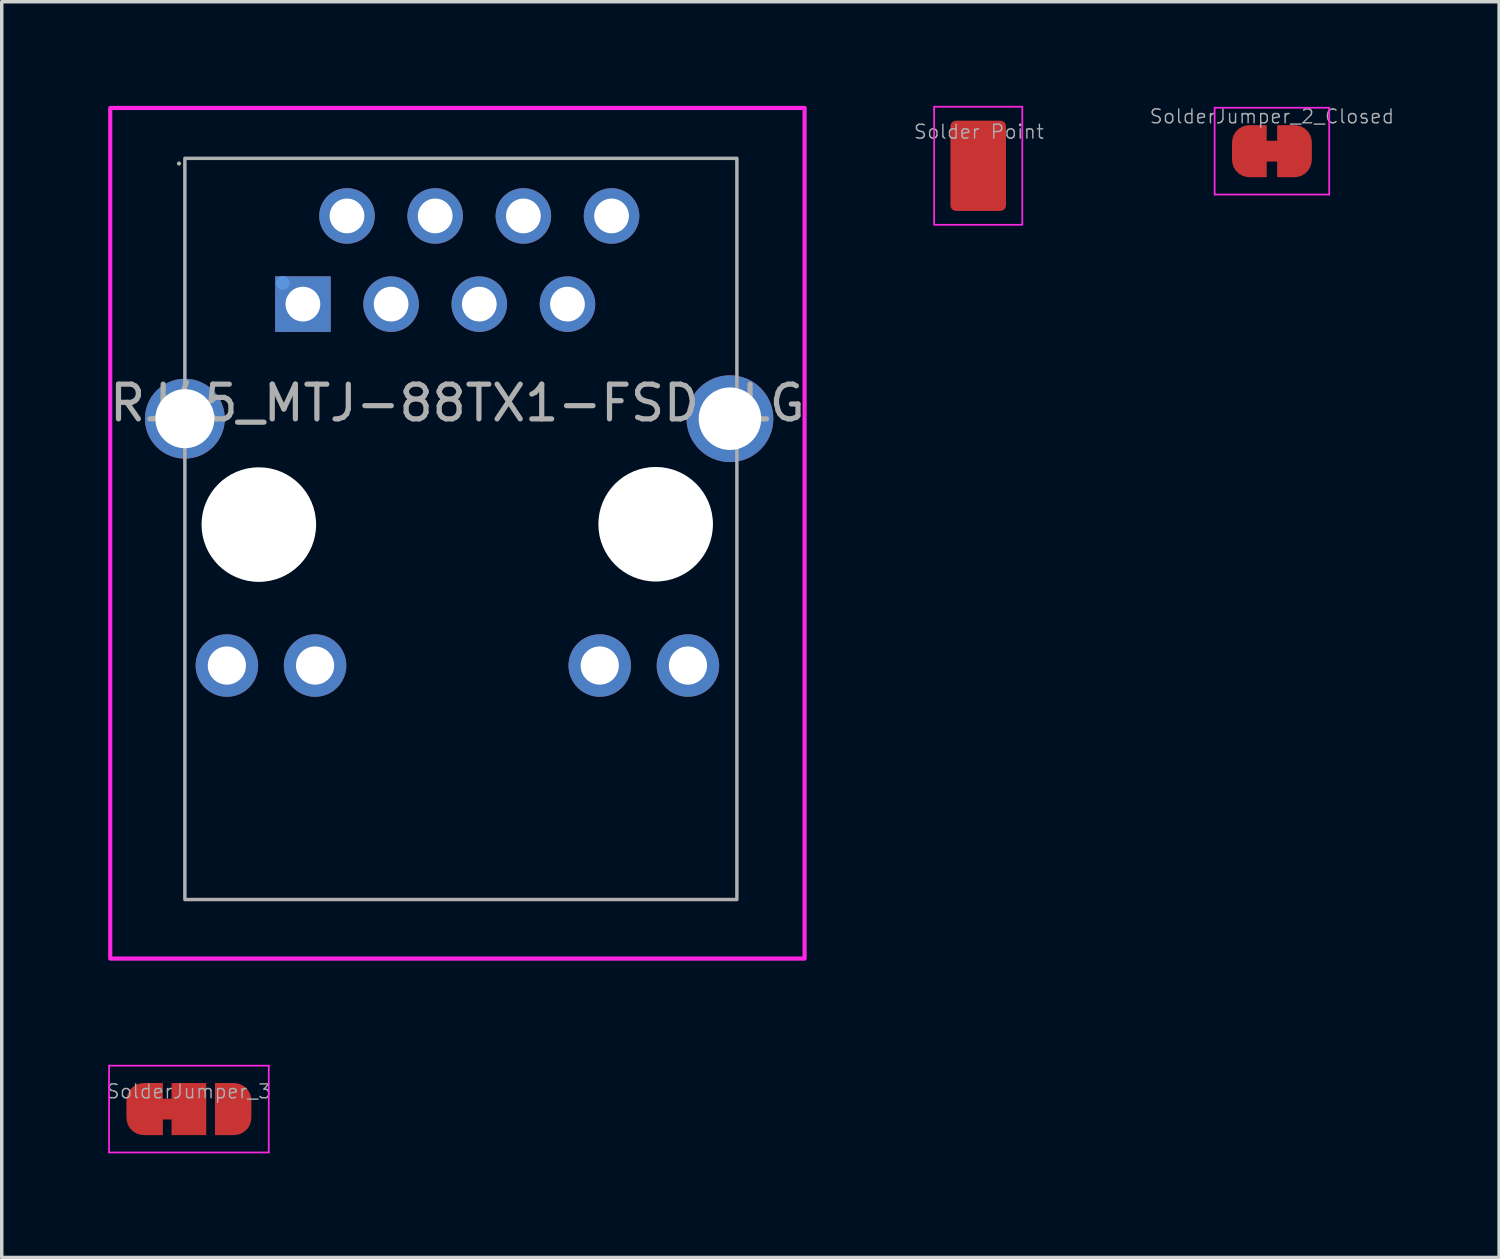
<source format=kicad_pcb>
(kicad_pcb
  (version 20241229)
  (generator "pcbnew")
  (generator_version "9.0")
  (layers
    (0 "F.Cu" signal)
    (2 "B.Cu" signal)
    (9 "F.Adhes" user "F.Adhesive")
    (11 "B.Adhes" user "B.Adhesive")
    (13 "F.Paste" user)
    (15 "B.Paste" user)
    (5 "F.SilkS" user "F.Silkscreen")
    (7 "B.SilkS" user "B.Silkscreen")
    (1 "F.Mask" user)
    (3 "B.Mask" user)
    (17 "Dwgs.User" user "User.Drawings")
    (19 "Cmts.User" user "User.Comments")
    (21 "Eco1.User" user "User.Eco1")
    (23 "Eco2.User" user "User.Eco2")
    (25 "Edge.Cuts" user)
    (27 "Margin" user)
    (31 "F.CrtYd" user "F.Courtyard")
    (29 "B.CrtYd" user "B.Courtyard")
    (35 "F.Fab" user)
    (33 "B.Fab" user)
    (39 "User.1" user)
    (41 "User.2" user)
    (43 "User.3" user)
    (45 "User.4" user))
  (footprint "SolderJumper_3"
    (layer "F.Cu")
    (at 2.391 28.895)
    (property "Reference" "SolderJumper_3" (at 0 -0.508 0) (layer "F.Fab") (effects (font (size 0.4 0.4) (thickness 0.04))))
    (attr exclude_from_pos_files exclude_from_bom)
    (fp_poly (pts (xy -0.9 -0.3) (xy -0.4 -0.3) (xy -0.4 0.3) (xy -0.9 0.3)) (stroke (width 0) (type solid)) (fill yes) (layer "F.Cu"))
    (fp_line (start -2.3 -1.25) (end -2.3 1.25) (stroke (width 0.05) (type solid)) (layer "F.CrtYd"))
    (fp_line (start -2.3 -1.25) (end 2.3 -1.25) (stroke (width 0.05) (type solid)) (layer "F.CrtYd"))
    (fp_line (start 2.3 1.25) (end -2.3 1.25) (stroke (width 0.05) (type solid)) (layer "F.CrtYd"))
    (fp_line (start 2.3 1.25) (end 2.3 -1.25) (stroke (width 0.05) (type solid)) (layer "F.CrtYd"))
    (pad "1" smd custom (at -1.3 0) (size 1 0.5) (layers "F.Cu" "F.Mask") (options (anchor rect)) (primitives (gr_circle (center 0 0.25) (end 0.5 0.25) (width 0) (fill yes)) (gr_circle (center 0 -0.25) (end 0.5 -0.25) (width 0) (fill yes)) (gr_poly (pts (xy 0.55 -0.75) (xy 0 -0.75) (xy 0 0.75) (xy 0.55 0.75)) (width 0) (fill yes))))
    (pad "2" smd rect (at 0 0) (size 1 1.5) (layers "F.Cu" "F.Mask"))
    (pad "3" smd custom (at 1.3 0) (size 1 0.5) (layers "F.Cu" "F.Mask") (options (anchor rect)) (primitives (gr_circle (center 0 0.25) (end 0.5 0.25) (width 0) (fill yes)) (gr_circle (center 0 -0.25) (end 0.5 -0.25) (width 0) (fill yes)) (gr_poly (pts (xy -0.55 -0.75) (xy 0 -0.75) (xy 0 0.75) (xy -0.55 0.75)) (width 0) (fill yes)))))
  (footprint "RJ45_MTJ-88TX1-FSD-LG"
    (layer "F.Cu")
    (at 10.125 5.71)
    (property "Reference" "RJ45_MTJ-88TX1-FSD-LG" (at 0 2.85 0) (layer "F.Fab") (effects (font (size 1 1) (thickness 0.15))))
    (attr through_hole)
    (fp_circle (center -5.72 6.34) (end -5.02 6.34) (stroke (width 1.4) (type solid)) (fill no) (layer "Cmts.User"))
    (fp_circle (center -5.03 -0.61) (end -4.93 -0.61) (stroke (width 0.2) (type solid)) (fill no) (layer "Cmts.User"))
    (fp_circle (center 5.71 6.34) (end 6.41 6.34) (stroke (width 1.4) (type solid)) (fill no) (layer "Cmts.User"))
    (fp_rect (start -7.85 -2.54) (end 7.85 0) (stroke (width 0.1) (type default)) (fill no) (layer "Eco1.User"))
    (fp_rect (start -7.85 0) (end 7.85 6.35) (stroke (width 0.1) (type default)) (fill no) (layer "Eco1.User"))
    (fp_rect (start -7.85 0) (end 7.85 10.41) (stroke (width 0.1) (type default)) (fill no) (layer "Eco1.User"))
    (fp_rect (start -4.445 -2.54) (end 4.445 0) (stroke (width 0.1) (type default)) (fill no) (layer "Eco1.User"))
    (fp_rect (start -10 -5.65) (end 10 18.85) (stroke (width 0.12) (type solid)) (fill no) (layer "F.CrtYd"))
    (fp_rect (start -7.85 -4.2) (end 8.05 17.15) (stroke (width 0.1) (type default)) (fill no) (layer "F.Fab"))
    (fp_circle (center -8.02 -4.05) (end -7.99 -4.05) (stroke (width 0.06) (type solid)) (fill no) (layer "F.Fab"))
    (pad "" np_thru_hole circle (at -5.72 6.35) (size 3.3 3.3) (drill 3.3) (layers "*.Cu" "*.Mask"))
    (pad "" np_thru_hole circle (at 5.71 6.34) (size 3.3 3.3) (drill 3.3) (layers "*.Cu" "*.Mask"))
    (pad "1" thru_hole rect (at -4.45 0) (size 1.6 1.6) (drill 1) (layers "*.Cu" "*.Paste" "*.Mask"))
    (pad "2" thru_hole circle (at -3.18 -2.54) (size 1.6 1.6) (drill 1) (layers "*.Cu" "*.Paste" "*.Mask"))
    (pad "3" thru_hole circle (at -1.91 0) (size 1.6 1.6) (drill 1) (layers "*.Cu" "*.Paste" "*.Mask"))
    (pad "4" thru_hole circle (at -0.64 -2.54) (size 1.6 1.6) (drill 1) (layers "*.Cu" "*.Paste" "*.Mask"))
    (pad "5" thru_hole circle (at 0.63 0) (size 1.6 1.6) (drill 1) (layers "*.Cu" "*.Paste" "*.Mask"))
    (pad "6" thru_hole circle (at 1.9 -2.54) (size 1.6 1.6) (drill 1) (layers "*.Cu" "*.Paste" "*.Mask"))
    (pad "7" thru_hole circle (at 3.17 0) (size 1.6 1.6) (drill 1) (layers "*.Cu" "*.Paste" "*.Mask"))
    (pad "8" thru_hole circle (at 4.44 -2.54) (size 1.6 1.6) (drill 1) (layers "*.Cu" "*.Paste" "*.Mask"))
    (pad "9" thru_hole circle (at -6.64 10.41) (size 1.8 1.8) (drill 1.1) (layers "*.Cu" "*.Paste" "*.Mask"))
    (pad "10" thru_hole circle (at -4.1 10.41) (size 1.8 1.8) (drill 1.1) (layers "*.Cu" "*.Paste" "*.Mask"))
    (pad "11" thru_hole circle (at 4.1 10.41) (size 1.8 1.8) (drill 1.1) (layers "*.Cu" "*.Paste" "*.Mask"))
    (pad "12" thru_hole circle (at 6.64 10.41) (size 1.8 1.8) (drill 1.1) (layers "*.Cu" "*.Paste" "*.Mask"))
    (pad "SH1" thru_hole circle (at -7.85 3.3) (size 2.3 2.3) (drill 1.7) (layers "*.Cu" "*.Paste" "*.Mask"))
    (pad "SH2" thru_hole circle (at 7.85 3.3) (size 2.5 2.5) (drill 1.8) (layers "*.Cu" "*.Paste" "*.Mask")))
  (footprint "SolderJumper_2_Closed"
    (layer "F.Cu")
    (at 33.586 1.304)
    (property "Reference" "SolderJumper_2_Closed" (at 0 -1 0) (layer "F.Fab") (effects (font (size 0.4 0.4) (thickness 0.04))))
    (attr exclude_from_pos_files exclude_from_bom allow_soldermask_bridges)
    (fp_poly (pts (xy 0.25 -0.3) (xy -0.25 -0.3) (xy -0.25 0.3) (xy 0.25 0.3)) (stroke (width 0) (type solid)) (fill yes) (layer "F.Cu"))
    (fp_rect (start -0.15 -0.75) (end 0.15 0.75) (stroke (width 0) (type default)) (fill yes) (layer "F.Mask"))
    (fp_line (start -1.65 -1.25) (end -1.65 1.25) (stroke (width 0.05) (type solid)) (layer "F.CrtYd"))
    (fp_line (start -1.65 -1.25) (end 1.65 -1.25) (stroke (width 0.05) (type solid)) (layer "F.CrtYd"))
    (fp_line (start 1.65 1.25) (end -1.65 1.25) (stroke (width 0.05) (type solid)) (layer "F.CrtYd"))
    (fp_line (start 1.65 1.25) (end 1.65 -1.25) (stroke (width 0.05) (type solid)) (layer "F.CrtYd"))
    (pad "1" smd custom (at -0.65 0) (size 1 0.5) (layers "F.Cu" "F.Mask") (options (anchor rect)) (primitives (gr_circle (center 0 0.25) (end 0.5 0.25) (width 0) (fill yes)) (gr_circle (center 0 -0.25) (end 0.5 -0.25) (width 0) (fill yes)) (gr_poly (pts (xy 0.5 0.75) (xy 0 0.75) (xy 0 -0.75) (xy 0.5 -0.75)) (width 0) (fill yes))))
    (pad "2" smd custom (at 0.65 0) (size 1 0.5) (layers "F.Cu" "F.Mask") (options (anchor rect)) (primitives (gr_circle (center 0 0.25) (end 0.5 0.25) (width 0) (fill yes)) (gr_circle (center 0 -0.25) (end 0.5 -0.25) (width 0) (fill yes)) (gr_poly (pts (xy 0 0.75) (xy -0.5 0.75) (xy -0.5 -0.75) (xy 0 -0.75)) (width 0) (fill yes)))))
  (footprint "Solder Point"
    (layer "F.Cu")
    (at 25.126 1.725)
    (property "Reference" "Solder Point" (at 0.02 -0.98 0) (layer "F.Fab") (effects (font (size 0.4 0.4) (thickness 0.04))))
    (attr exclude_from_pos_files exclude_from_bom dnp)
    (fp_rect (start -1.27 -1.7) (end 1.27 1.7) (stroke (width 0.05) (type solid)) (fill no) (layer "F.CrtYd"))
    (pad "1" smd roundrect (at 0 0) (size 1.6 2.6) (layers "F.Cu" "F.Mask") (roundrect_rratio 0.1)))
  (gr_rect
    (start -3 -3)
    (end 40.13 33.17)
    (stroke (width 0.1) (type default))
    (fill no)
    (layer "Edge.Cuts")))
</source>
